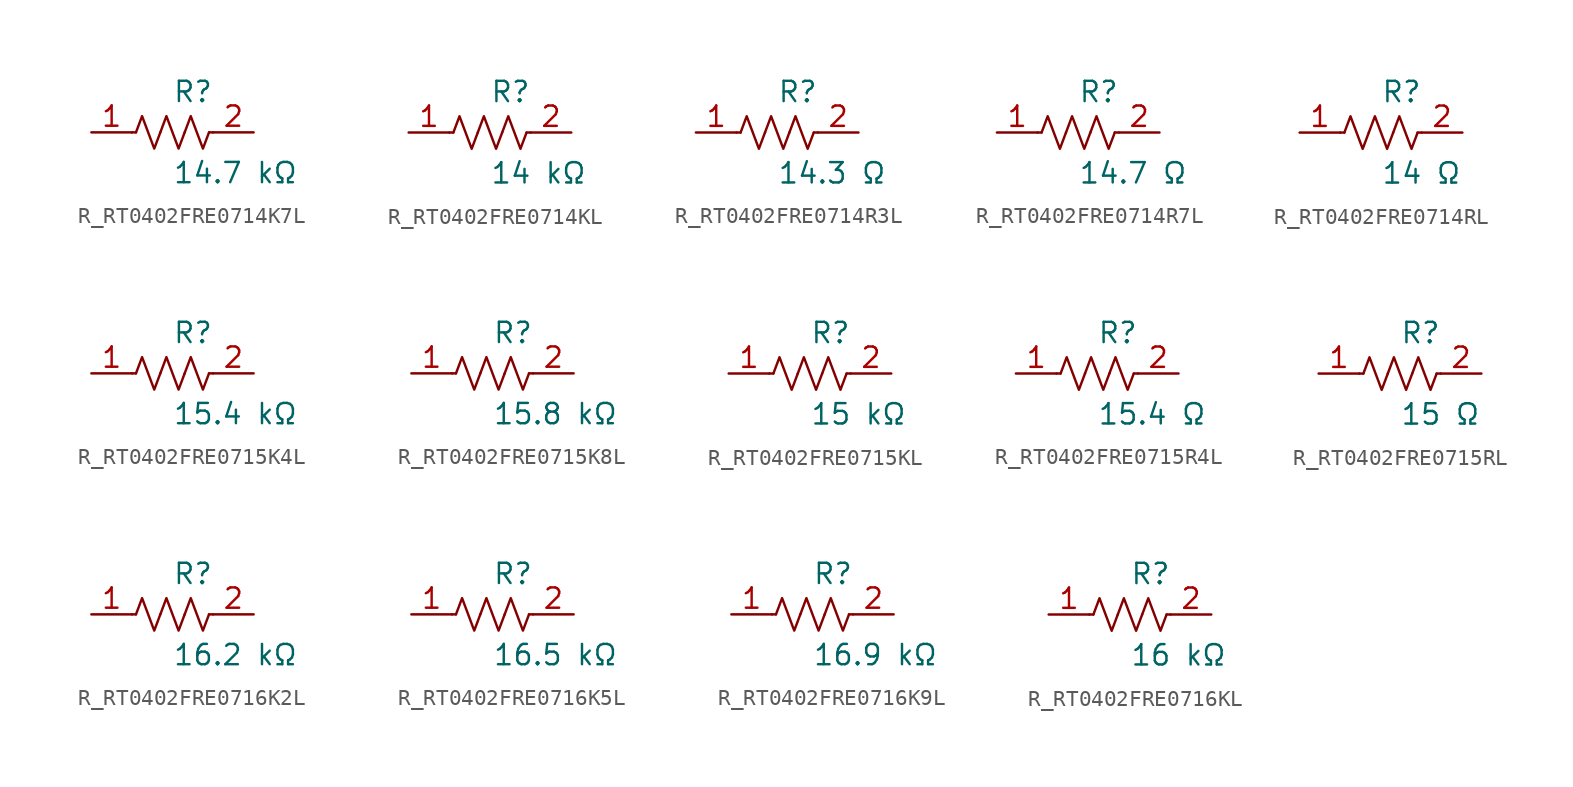
<source format=kicad_sym>
(kicad_symbol_lib
  (version 20231120)
  (generator kicad_symbol_editor)
  (generator_version 8.0)
  (symbol "R_RT0402FRE0714K7L"
    (pin_names
      (offset 0.254))
    (property "Reference" "R"
      (at 0.0 2.54 0)
      (effects (font (size 1.27 1.27)) (justify left)))
    (property "Value" "14.7 kΩ"
      (at 0.0 -2.54 0)
      (effects (font (size 1.27 1.27)) (justify left)))
    (symbol "R_RT0402FRE0714K7L_0_1"
      (polyline (pts (xy 2.286 0) (xy 2.54 0)) (stroke (width 0) (type default)) (fill (type none)))
      (polyline (pts (xy -2.286 0) (xy -2.54 0)) (stroke (width 0) (type default)) (fill (type none)))
      (polyline (pts (xy 0.762 0) (xy 1.143 1.016) (xy 1.524 0) (xy 1.905 -1.016) (xy 2.286 0)) (stroke (width 0) (type default)) (fill (type none)))
      (polyline (pts (xy -0.762 0) (xy -0.381 1.016) (xy 0 0) (xy 0.381 -1.016) (xy 0.762 0)) (stroke (width 0) (type default)) (fill (type none)))
      (polyline (pts (xy -2.286 0) (xy -1.905 1.016) (xy -1.524 0) (xy -1.143 -1.016) (xy -0.762 0)) (stroke (width 0) (type default)) (fill (type none))))
    (pin unspecified line
      (at -5.08 0 0)
      (length 2.54)
      (name "" (effects (font (size 1.27 1.27))))
      (number "1" (effects (font (size 1.27 1.27)))))
    (pin unspecified line
      (at 5.08 0 180)
      (length 2.54)
      (name "" (effects (font (size 1.27 1.27))))
      (number "2" (effects (font (size 1.27 1.27))))))
  (symbol "R_RT0402FRE0714KL"
    (pin_names
      (offset 0.254))
    (property "Reference" "R"
      (at 0.0 2.54 0)
      (effects (font (size 1.27 1.27)) (justify left)))
    (property "Value" "14 kΩ"
      (at 0.0 -2.54 0)
      (effects (font (size 1.27 1.27)) (justify left)))
    (symbol "R_RT0402FRE0714KL_0_1"
      (polyline (pts (xy 2.286 0) (xy 2.54 0)) (stroke (width 0) (type default)) (fill (type none)))
      (polyline (pts (xy -2.286 0) (xy -2.54 0)) (stroke (width 0) (type default)) (fill (type none)))
      (polyline (pts (xy 0.762 0) (xy 1.143 1.016) (xy 1.524 0) (xy 1.905 -1.016) (xy 2.286 0)) (stroke (width 0) (type default)) (fill (type none)))
      (polyline (pts (xy -0.762 0) (xy -0.381 1.016) (xy 0 0) (xy 0.381 -1.016) (xy 0.762 0)) (stroke (width 0) (type default)) (fill (type none)))
      (polyline (pts (xy -2.286 0) (xy -1.905 1.016) (xy -1.524 0) (xy -1.143 -1.016) (xy -0.762 0)) (stroke (width 0) (type default)) (fill (type none))))
    (pin unspecified line
      (at -5.08 0 0)
      (length 2.54)
      (name "" (effects (font (size 1.27 1.27))))
      (number "1" (effects (font (size 1.27 1.27)))))
    (pin unspecified line
      (at 5.08 0 180)
      (length 2.54)
      (name "" (effects (font (size 1.27 1.27))))
      (number "2" (effects (font (size 1.27 1.27))))))
  (symbol "R_RT0402FRE0714R3L"
    (pin_names
      (offset 0.254))
    (property "Reference" "R"
      (at 0.0 2.54 0)
      (effects (font (size 1.27 1.27)) (justify left)))
    (property "Value" "14.3 Ω"
      (at 0.0 -2.54 0)
      (effects (font (size 1.27 1.27)) (justify left)))
    (symbol "R_RT0402FRE0714R3L_0_1"
      (polyline (pts (xy 2.286 0) (xy 2.54 0)) (stroke (width 0) (type default)) (fill (type none)))
      (polyline (pts (xy -2.286 0) (xy -2.54 0)) (stroke (width 0) (type default)) (fill (type none)))
      (polyline (pts (xy 0.762 0) (xy 1.143 1.016) (xy 1.524 0) (xy 1.905 -1.016) (xy 2.286 0)) (stroke (width 0) (type default)) (fill (type none)))
      (polyline (pts (xy -0.762 0) (xy -0.381 1.016) (xy 0 0) (xy 0.381 -1.016) (xy 0.762 0)) (stroke (width 0) (type default)) (fill (type none)))
      (polyline (pts (xy -2.286 0) (xy -1.905 1.016) (xy -1.524 0) (xy -1.143 -1.016) (xy -0.762 0)) (stroke (width 0) (type default)) (fill (type none))))
    (pin unspecified line
      (at -5.08 0 0)
      (length 2.54)
      (name "" (effects (font (size 1.27 1.27))))
      (number "1" (effects (font (size 1.27 1.27)))))
    (pin unspecified line
      (at 5.08 0 180)
      (length 2.54)
      (name "" (effects (font (size 1.27 1.27))))
      (number "2" (effects (font (size 1.27 1.27))))))
  (symbol "R_RT0402FRE0714R7L"
    (pin_names
      (offset 0.254))
    (property "Reference" "R"
      (at 0.0 2.54 0)
      (effects (font (size 1.27 1.27)) (justify left)))
    (property "Value" "14.7 Ω"
      (at 0.0 -2.54 0)
      (effects (font (size 1.27 1.27)) (justify left)))
    (symbol "R_RT0402FRE0714R7L_0_1"
      (polyline (pts (xy 2.286 0) (xy 2.54 0)) (stroke (width 0) (type default)) (fill (type none)))
      (polyline (pts (xy -2.286 0) (xy -2.54 0)) (stroke (width 0) (type default)) (fill (type none)))
      (polyline (pts (xy 0.762 0) (xy 1.143 1.016) (xy 1.524 0) (xy 1.905 -1.016) (xy 2.286 0)) (stroke (width 0) (type default)) (fill (type none)))
      (polyline (pts (xy -0.762 0) (xy -0.381 1.016) (xy 0 0) (xy 0.381 -1.016) (xy 0.762 0)) (stroke (width 0) (type default)) (fill (type none)))
      (polyline (pts (xy -2.286 0) (xy -1.905 1.016) (xy -1.524 0) (xy -1.143 -1.016) (xy -0.762 0)) (stroke (width 0) (type default)) (fill (type none))))
    (pin unspecified line
      (at -5.08 0 0)
      (length 2.54)
      (name "" (effects (font (size 1.27 1.27))))
      (number "1" (effects (font (size 1.27 1.27)))))
    (pin unspecified line
      (at 5.08 0 180)
      (length 2.54)
      (name "" (effects (font (size 1.27 1.27))))
      (number "2" (effects (font (size 1.27 1.27))))))
  (symbol "R_RT0402FRE0714RL"
    (pin_names
      (offset 0.254))
    (property "Reference" "R"
      (at 0.0 2.54 0)
      (effects (font (size 1.27 1.27)) (justify left)))
    (property "Value" "14 Ω"
      (at 0.0 -2.54 0)
      (effects (font (size 1.27 1.27)) (justify left)))
    (symbol "R_RT0402FRE0714RL_0_1"
      (polyline (pts (xy 2.286 0) (xy 2.54 0)) (stroke (width 0) (type default)) (fill (type none)))
      (polyline (pts (xy -2.286 0) (xy -2.54 0)) (stroke (width 0) (type default)) (fill (type none)))
      (polyline (pts (xy 0.762 0) (xy 1.143 1.016) (xy 1.524 0) (xy 1.905 -1.016) (xy 2.286 0)) (stroke (width 0) (type default)) (fill (type none)))
      (polyline (pts (xy -0.762 0) (xy -0.381 1.016) (xy 0 0) (xy 0.381 -1.016) (xy 0.762 0)) (stroke (width 0) (type default)) (fill (type none)))
      (polyline (pts (xy -2.286 0) (xy -1.905 1.016) (xy -1.524 0) (xy -1.143 -1.016) (xy -0.762 0)) (stroke (width 0) (type default)) (fill (type none))))
    (pin unspecified line
      (at -5.08 0 0)
      (length 2.54)
      (name "" (effects (font (size 1.27 1.27))))
      (number "1" (effects (font (size 1.27 1.27)))))
    (pin unspecified line
      (at 5.08 0 180)
      (length 2.54)
      (name "" (effects (font (size 1.27 1.27))))
      (number "2" (effects (font (size 1.27 1.27))))))
  (symbol "R_RT0402FRE0715K4L"
    (pin_names
      (offset 0.254))
    (property "Reference" "R"
      (at 0.0 2.54 0)
      (effects (font (size 1.27 1.27)) (justify left)))
    (property "Value" "15.4 kΩ"
      (at 0.0 -2.54 0)
      (effects (font (size 1.27 1.27)) (justify left)))
    (symbol "R_RT0402FRE0715K4L_0_1"
      (polyline (pts (xy 2.286 0) (xy 2.54 0)) (stroke (width 0) (type default)) (fill (type none)))
      (polyline (pts (xy -2.286 0) (xy -2.54 0)) (stroke (width 0) (type default)) (fill (type none)))
      (polyline (pts (xy 0.762 0) (xy 1.143 1.016) (xy 1.524 0) (xy 1.905 -1.016) (xy 2.286 0)) (stroke (width 0) (type default)) (fill (type none)))
      (polyline (pts (xy -0.762 0) (xy -0.381 1.016) (xy 0 0) (xy 0.381 -1.016) (xy 0.762 0)) (stroke (width 0) (type default)) (fill (type none)))
      (polyline (pts (xy -2.286 0) (xy -1.905 1.016) (xy -1.524 0) (xy -1.143 -1.016) (xy -0.762 0)) (stroke (width 0) (type default)) (fill (type none))))
    (pin unspecified line
      (at -5.08 0 0)
      (length 2.54)
      (name "" (effects (font (size 1.27 1.27))))
      (number "1" (effects (font (size 1.27 1.27)))))
    (pin unspecified line
      (at 5.08 0 180)
      (length 2.54)
      (name "" (effects (font (size 1.27 1.27))))
      (number "2" (effects (font (size 1.27 1.27))))))
  (symbol "R_RT0402FRE0715K8L"
    (pin_names
      (offset 0.254))
    (property "Reference" "R"
      (at 0.0 2.54 0)
      (effects (font (size 1.27 1.27)) (justify left)))
    (property "Value" "15.8 kΩ"
      (at 0.0 -2.54 0)
      (effects (font (size 1.27 1.27)) (justify left)))
    (symbol "R_RT0402FRE0715K8L_0_1"
      (polyline (pts (xy 2.286 0) (xy 2.54 0)) (stroke (width 0) (type default)) (fill (type none)))
      (polyline (pts (xy -2.286 0) (xy -2.54 0)) (stroke (width 0) (type default)) (fill (type none)))
      (polyline (pts (xy 0.762 0) (xy 1.143 1.016) (xy 1.524 0) (xy 1.905 -1.016) (xy 2.286 0)) (stroke (width 0) (type default)) (fill (type none)))
      (polyline (pts (xy -0.762 0) (xy -0.381 1.016) (xy 0 0) (xy 0.381 -1.016) (xy 0.762 0)) (stroke (width 0) (type default)) (fill (type none)))
      (polyline (pts (xy -2.286 0) (xy -1.905 1.016) (xy -1.524 0) (xy -1.143 -1.016) (xy -0.762 0)) (stroke (width 0) (type default)) (fill (type none))))
    (pin unspecified line
      (at -5.08 0 0)
      (length 2.54)
      (name "" (effects (font (size 1.27 1.27))))
      (number "1" (effects (font (size 1.27 1.27)))))
    (pin unspecified line
      (at 5.08 0 180)
      (length 2.54)
      (name "" (effects (font (size 1.27 1.27))))
      (number "2" (effects (font (size 1.27 1.27))))))
  (symbol "R_RT0402FRE0715KL"
    (pin_names
      (offset 0.254))
    (property "Reference" "R"
      (at 0.0 2.54 0)
      (effects (font (size 1.27 1.27)) (justify left)))
    (property "Value" "15 kΩ"
      (at 0.0 -2.54 0)
      (effects (font (size 1.27 1.27)) (justify left)))
    (symbol "R_RT0402FRE0715KL_0_1"
      (polyline (pts (xy 2.286 0) (xy 2.54 0)) (stroke (width 0) (type default)) (fill (type none)))
      (polyline (pts (xy -2.286 0) (xy -2.54 0)) (stroke (width 0) (type default)) (fill (type none)))
      (polyline (pts (xy 0.762 0) (xy 1.143 1.016) (xy 1.524 0) (xy 1.905 -1.016) (xy 2.286 0)) (stroke (width 0) (type default)) (fill (type none)))
      (polyline (pts (xy -0.762 0) (xy -0.381 1.016) (xy 0 0) (xy 0.381 -1.016) (xy 0.762 0)) (stroke (width 0) (type default)) (fill (type none)))
      (polyline (pts (xy -2.286 0) (xy -1.905 1.016) (xy -1.524 0) (xy -1.143 -1.016) (xy -0.762 0)) (stroke (width 0) (type default)) (fill (type none))))
    (pin unspecified line
      (at -5.08 0 0)
      (length 2.54)
      (name "" (effects (font (size 1.27 1.27))))
      (number "1" (effects (font (size 1.27 1.27)))))
    (pin unspecified line
      (at 5.08 0 180)
      (length 2.54)
      (name "" (effects (font (size 1.27 1.27))))
      (number "2" (effects (font (size 1.27 1.27))))))
  (symbol "R_RT0402FRE0715R4L"
    (pin_names
      (offset 0.254))
    (property "Reference" "R"
      (at 0.0 2.54 0)
      (effects (font (size 1.27 1.27)) (justify left)))
    (property "Value" "15.4 Ω"
      (at 0.0 -2.54 0)
      (effects (font (size 1.27 1.27)) (justify left)))
    (symbol "R_RT0402FRE0715R4L_0_1"
      (polyline (pts (xy 2.286 0) (xy 2.54 0)) (stroke (width 0) (type default)) (fill (type none)))
      (polyline (pts (xy -2.286 0) (xy -2.54 0)) (stroke (width 0) (type default)) (fill (type none)))
      (polyline (pts (xy 0.762 0) (xy 1.143 1.016) (xy 1.524 0) (xy 1.905 -1.016) (xy 2.286 0)) (stroke (width 0) (type default)) (fill (type none)))
      (polyline (pts (xy -0.762 0) (xy -0.381 1.016) (xy 0 0) (xy 0.381 -1.016) (xy 0.762 0)) (stroke (width 0) (type default)) (fill (type none)))
      (polyline (pts (xy -2.286 0) (xy -1.905 1.016) (xy -1.524 0) (xy -1.143 -1.016) (xy -0.762 0)) (stroke (width 0) (type default)) (fill (type none))))
    (pin unspecified line
      (at -5.08 0 0)
      (length 2.54)
      (name "" (effects (font (size 1.27 1.27))))
      (number "1" (effects (font (size 1.27 1.27)))))
    (pin unspecified line
      (at 5.08 0 180)
      (length 2.54)
      (name "" (effects (font (size 1.27 1.27))))
      (number "2" (effects (font (size 1.27 1.27))))))
  (symbol "R_RT0402FRE0715RL"
    (pin_names
      (offset 0.254))
    (property "Reference" "R"
      (at 0.0 2.54 0)
      (effects (font (size 1.27 1.27)) (justify left)))
    (property "Value" "15 Ω"
      (at 0.0 -2.54 0)
      (effects (font (size 1.27 1.27)) (justify left)))
    (symbol "R_RT0402FRE0715RL_0_1"
      (polyline (pts (xy 2.286 0) (xy 2.54 0)) (stroke (width 0) (type default)) (fill (type none)))
      (polyline (pts (xy -2.286 0) (xy -2.54 0)) (stroke (width 0) (type default)) (fill (type none)))
      (polyline (pts (xy 0.762 0) (xy 1.143 1.016) (xy 1.524 0) (xy 1.905 -1.016) (xy 2.286 0)) (stroke (width 0) (type default)) (fill (type none)))
      (polyline (pts (xy -0.762 0) (xy -0.381 1.016) (xy 0 0) (xy 0.381 -1.016) (xy 0.762 0)) (stroke (width 0) (type default)) (fill (type none)))
      (polyline (pts (xy -2.286 0) (xy -1.905 1.016) (xy -1.524 0) (xy -1.143 -1.016) (xy -0.762 0)) (stroke (width 0) (type default)) (fill (type none))))
    (pin unspecified line
      (at -5.08 0 0)
      (length 2.54)
      (name "" (effects (font (size 1.27 1.27))))
      (number "1" (effects (font (size 1.27 1.27)))))
    (pin unspecified line
      (at 5.08 0 180)
      (length 2.54)
      (name "" (effects (font (size 1.27 1.27))))
      (number "2" (effects (font (size 1.27 1.27))))))
  (symbol "R_RT0402FRE0716K2L"
    (pin_names
      (offset 0.254))
    (property "Reference" "R"
      (at 0.0 2.54 0)
      (effects (font (size 1.27 1.27)) (justify left)))
    (property "Value" "16.2 kΩ"
      (at 0.0 -2.54 0)
      (effects (font (size 1.27 1.27)) (justify left)))
    (symbol "R_RT0402FRE0716K2L_0_1"
      (polyline (pts (xy 2.286 0) (xy 2.54 0)) (stroke (width 0) (type default)) (fill (type none)))
      (polyline (pts (xy -2.286 0) (xy -2.54 0)) (stroke (width 0) (type default)) (fill (type none)))
      (polyline (pts (xy 0.762 0) (xy 1.143 1.016) (xy 1.524 0) (xy 1.905 -1.016) (xy 2.286 0)) (stroke (width 0) (type default)) (fill (type none)))
      (polyline (pts (xy -0.762 0) (xy -0.381 1.016) (xy 0 0) (xy 0.381 -1.016) (xy 0.762 0)) (stroke (width 0) (type default)) (fill (type none)))
      (polyline (pts (xy -2.286 0) (xy -1.905 1.016) (xy -1.524 0) (xy -1.143 -1.016) (xy -0.762 0)) (stroke (width 0) (type default)) (fill (type none))))
    (pin unspecified line
      (at -5.08 0 0)
      (length 2.54)
      (name "" (effects (font (size 1.27 1.27))))
      (number "1" (effects (font (size 1.27 1.27)))))
    (pin unspecified line
      (at 5.08 0 180)
      (length 2.54)
      (name "" (effects (font (size 1.27 1.27))))
      (number "2" (effects (font (size 1.27 1.27))))))
  (symbol "R_RT0402FRE0716K5L"
    (pin_names
      (offset 0.254))
    (property "Reference" "R"
      (at 0.0 2.54 0)
      (effects (font (size 1.27 1.27)) (justify left)))
    (property "Value" "16.5 kΩ"
      (at 0.0 -2.54 0)
      (effects (font (size 1.27 1.27)) (justify left)))
    (symbol "R_RT0402FRE0716K5L_0_1"
      (polyline (pts (xy 2.286 0) (xy 2.54 0)) (stroke (width 0) (type default)) (fill (type none)))
      (polyline (pts (xy -2.286 0) (xy -2.54 0)) (stroke (width 0) (type default)) (fill (type none)))
      (polyline (pts (xy 0.762 0) (xy 1.143 1.016) (xy 1.524 0) (xy 1.905 -1.016) (xy 2.286 0)) (stroke (width 0) (type default)) (fill (type none)))
      (polyline (pts (xy -0.762 0) (xy -0.381 1.016) (xy 0 0) (xy 0.381 -1.016) (xy 0.762 0)) (stroke (width 0) (type default)) (fill (type none)))
      (polyline (pts (xy -2.286 0) (xy -1.905 1.016) (xy -1.524 0) (xy -1.143 -1.016) (xy -0.762 0)) (stroke (width 0) (type default)) (fill (type none))))
    (pin unspecified line
      (at -5.08 0 0)
      (length 2.54)
      (name "" (effects (font (size 1.27 1.27))))
      (number "1" (effects (font (size 1.27 1.27)))))
    (pin unspecified line
      (at 5.08 0 180)
      (length 2.54)
      (name "" (effects (font (size 1.27 1.27))))
      (number "2" (effects (font (size 1.27 1.27))))))
  (symbol "R_RT0402FRE0716K9L"
    (pin_names
      (offset 0.254))
    (property "Reference" "R"
      (at 0.0 2.54 0)
      (effects (font (size 1.27 1.27)) (justify left)))
    (property "Value" "16.9 kΩ"
      (at 0.0 -2.54 0)
      (effects (font (size 1.27 1.27)) (justify left)))
    (symbol "R_RT0402FRE0716K9L_0_1"
      (polyline (pts (xy 2.286 0) (xy 2.54 0)) (stroke (width 0) (type default)) (fill (type none)))
      (polyline (pts (xy -2.286 0) (xy -2.54 0)) (stroke (width 0) (type default)) (fill (type none)))
      (polyline (pts (xy 0.762 0) (xy 1.143 1.016) (xy 1.524 0) (xy 1.905 -1.016) (xy 2.286 0)) (stroke (width 0) (type default)) (fill (type none)))
      (polyline (pts (xy -0.762 0) (xy -0.381 1.016) (xy 0 0) (xy 0.381 -1.016) (xy 0.762 0)) (stroke (width 0) (type default)) (fill (type none)))
      (polyline (pts (xy -2.286 0) (xy -1.905 1.016) (xy -1.524 0) (xy -1.143 -1.016) (xy -0.762 0)) (stroke (width 0) (type default)) (fill (type none))))
    (pin unspecified line
      (at -5.08 0 0)
      (length 2.54)
      (name "" (effects (font (size 1.27 1.27))))
      (number "1" (effects (font (size 1.27 1.27)))))
    (pin unspecified line
      (at 5.08 0 180)
      (length 2.54)
      (name "" (effects (font (size 1.27 1.27))))
      (number "2" (effects (font (size 1.27 1.27))))))
  (symbol "R_RT0402FRE0716KL"
    (pin_names
      (offset 0.254))
    (property "Reference" "R"
      (at 0.0 2.54 0)
      (effects (font (size 1.27 1.27)) (justify left)))
    (property "Value" "16 kΩ"
      (at 0.0 -2.54 0)
      (effects (font (size 1.27 1.27)) (justify left)))
    (symbol "R_RT0402FRE0716KL_0_1"
      (polyline (pts (xy 2.286 0) (xy 2.54 0)) (stroke (width 0) (type default)) (fill (type none)))
      (polyline (pts (xy -2.286 0) (xy -2.54 0)) (stroke (width 0) (type default)) (fill (type none)))
      (polyline (pts (xy 0.762 0) (xy 1.143 1.016) (xy 1.524 0) (xy 1.905 -1.016) (xy 2.286 0)) (stroke (width 0) (type default)) (fill (type none)))
      (polyline (pts (xy -0.762 0) (xy -0.381 1.016) (xy 0 0) (xy 0.381 -1.016) (xy 0.762 0)) (stroke (width 0) (type default)) (fill (type none)))
      (polyline (pts (xy -2.286 0) (xy -1.905 1.016) (xy -1.524 0) (xy -1.143 -1.016) (xy -0.762 0)) (stroke (width 0) (type default)) (fill (type none))))
    (pin unspecified line
      (at -5.08 0 0)
      (length 2.54)
      (name "" (effects (font (size 1.27 1.27))))
      (number "1" (effects (font (size 1.27 1.27)))))
    (pin unspecified line
      (at 5.08 0 180)
      (length 2.54)
      (name "" (effects (font (size 1.27 1.27))))
      (number "2" (effects (font (size 1.27 1.27)))))))
</source>
